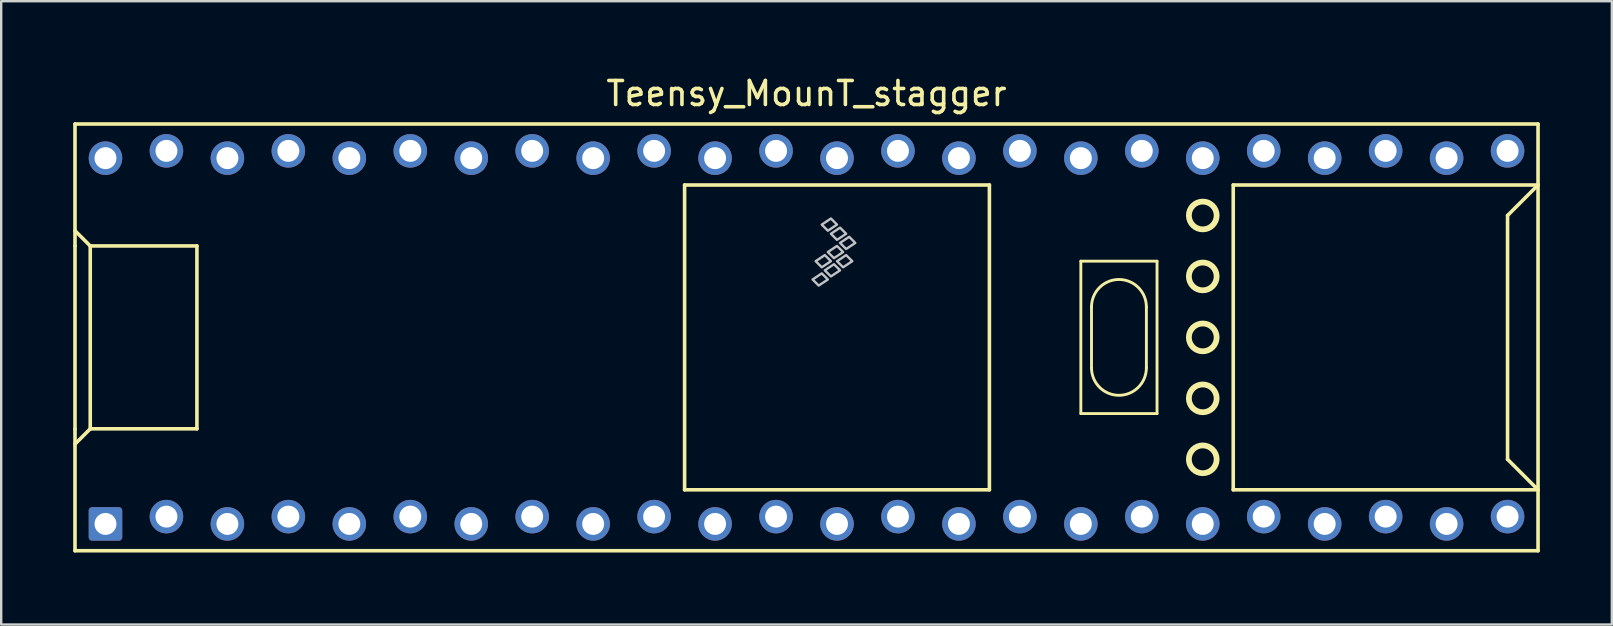
<source format=kicad_pcb>
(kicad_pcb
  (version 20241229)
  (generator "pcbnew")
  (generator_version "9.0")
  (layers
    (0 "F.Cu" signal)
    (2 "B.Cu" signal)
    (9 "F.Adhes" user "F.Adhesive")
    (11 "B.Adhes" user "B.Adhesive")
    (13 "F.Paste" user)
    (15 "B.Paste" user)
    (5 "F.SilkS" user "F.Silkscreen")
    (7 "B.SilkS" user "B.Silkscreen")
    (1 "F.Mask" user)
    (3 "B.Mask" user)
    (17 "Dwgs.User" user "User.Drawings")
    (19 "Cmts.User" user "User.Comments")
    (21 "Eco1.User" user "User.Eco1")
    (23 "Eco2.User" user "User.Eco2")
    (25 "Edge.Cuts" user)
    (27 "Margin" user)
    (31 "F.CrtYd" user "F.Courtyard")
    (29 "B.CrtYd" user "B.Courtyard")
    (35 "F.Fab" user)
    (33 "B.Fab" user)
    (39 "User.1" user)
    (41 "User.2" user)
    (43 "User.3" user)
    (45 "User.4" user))
  (footprint "Teensy_MounT_stagger"
    (layer "F.Cu")
    (at 30.555 11.008)
    (property "Reference" "Teensy_MounT_stagger" (at 0 -10.16 0) (layer "F.SilkS") (effects (font (size 1 1) (thickness 0.15))))
    (attr through_hole)
    (fp_line (start -30.48 -3.81) (end -30.48 -3.81) (stroke (width 0.15) (type solid)) (layer "F.SilkS"))
    (fp_line (start -30.48 3.81) (end -30.48 3.81) (stroke (width 0.15) (type solid)) (layer "F.SilkS"))
    (fp_line (start -30.48 8.89) (end -30.48 -8.89) (stroke (width 0.15) (type solid)) (layer "F.SilkS"))
    (fp_line (start -30.48 8.89) (end 30.48 8.89) (stroke (width 0.15) (type solid)) (layer "F.SilkS"))
    (fp_line (start -29.845 -3.81) (end -30.48 -4.445) (stroke (width 0.15) (type solid)) (layer "F.SilkS"))
    (fp_line (start -29.845 3.81) (end -30.48 4.445) (stroke (width 0.15) (type solid)) (layer "F.SilkS"))
    (fp_line (start -29.845 3.81) (end -29.845 -3.81) (stroke (width 0.15) (type solid)) (layer "F.SilkS"))
    (fp_line (start -25.4 -3.81) (end -29.845 -3.81) (stroke (width 0.15) (type solid)) (layer "F.SilkS"))
    (fp_line (start -25.4 3.81) (end -29.845 3.81) (stroke (width 0.15) (type solid)) (layer "F.SilkS"))
    (fp_line (start -25.4 3.81) (end -25.4 -3.81) (stroke (width 0.15) (type solid)) (layer "F.SilkS"))
    (fp_line (start -5.08 -6.35) (end -5.08 6.35) (stroke (width 0.15) (type solid)) (layer "F.SilkS"))
    (fp_line (start -5.08 -6.35) (end 7.62 -6.35) (stroke (width 0.15) (type solid)) (layer "F.SilkS"))
    (fp_line (start -5.08 6.35) (end 7.62 6.35) (stroke (width 0.15) (type solid)) (layer "F.SilkS"))
    (fp_line (start 7.62 6.35) (end 7.62 -6.35) (stroke (width 0.15) (type solid)) (layer "F.SilkS"))
    (fp_line (start 11.43 -3.175) (end 11.43 3.175) (stroke (width 0.12) (type solid)) (layer "F.SilkS"))
    (fp_line (start 11.43 3.175) (end 14.605 3.175) (stroke (width 0.12) (type solid)) (layer "F.SilkS"))
    (fp_line (start 11.874 -1.27) (end 11.874 1.27) (stroke (width 0.12) (type solid)) (layer "F.SilkS"))
    (fp_line (start 14.161 -1.27) (end 14.161 1.27) (stroke (width 0.12) (type solid)) (layer "F.SilkS"))
    (fp_line (start 14.605 -3.175) (end 11.43 -3.175) (stroke (width 0.12) (type solid)) (layer "F.SilkS"))
    (fp_line (start 14.605 3.175) (end 14.605 -3.175) (stroke (width 0.12) (type solid)) (layer "F.SilkS"))
    (fp_line (start 17.78 -6.35) (end 17.78 6.35) (stroke (width 0.15) (type solid)) (layer "F.SilkS"))
    (fp_line (start 17.78 6.35) (end 30.48 6.35) (stroke (width 0.15) (type solid)) (layer "F.SilkS"))
    (fp_line (start 29.21 -5.08) (end 30.48 -6.35) (stroke (width 0.15) (type solid)) (layer "F.SilkS"))
    (fp_line (start 29.21 5.08) (end 29.21 -5.08) (stroke (width 0.15) (type solid)) (layer "F.SilkS"))
    (fp_line (start 30.48 -8.89) (end -30.48 -8.89) (stroke (width 0.15) (type solid)) (layer "F.SilkS"))
    (fp_line (start 30.48 -8.89) (end 30.48 8.89) (stroke (width 0.15) (type solid)) (layer "F.SilkS"))
    (fp_line (start 30.48 -6.35) (end 17.78 -6.35) (stroke (width 0.15) (type solid)) (layer "F.SilkS"))
    (fp_line (start 30.48 6.35) (end 29.21 5.08) (stroke (width 0.15) (type solid)) (layer "F.SilkS"))
    (fp_arc (start 11.8745 -1.27) (mid 13.0175 -2.413) (end 14.1605 -1.27) (stroke (width 0.12) (type solid)) (layer "F.SilkS"))
    (fp_arc (start 14.1605 1.27) (mid 13.0175 2.413) (end 11.8745 1.27) (stroke (width 0.12) (type solid)) (layer "F.SilkS"))
    (fp_circle (center 16.51 -5.08) (end 17.089 -5.08) (stroke (width 0.241) (type solid)) (fill no) (layer "F.SilkS"))
    (fp_circle (center 16.51 -2.54) (end 17.089 -2.54) (stroke (width 0.241) (type solid)) (fill no) (layer "F.SilkS"))
    (fp_circle (center 16.51 0) (end 17.089 0) (stroke (width 0.241) (type solid)) (fill no) (layer "F.SilkS"))
    (fp_circle (center 16.51 2.54) (end 17.089 2.54) (stroke (width 0.241) (type solid)) (fill no) (layer "F.SilkS"))
    (fp_circle (center 16.51 5.08) (end 17.089 5.08) (stroke (width 0.241) (type solid)) (fill no) (layer "F.SilkS"))
    (fp_poly (pts (xy 0.635 -2.667) (xy 0.889 -2.413) (xy 0.508 -2.159) (xy 0.254 -2.413)) (stroke (width 0.1) (type solid)) (fill no) (layer "Dwgs.User"))
    (fp_poly (pts (xy 0.762 -3.429) (xy 1.016 -3.175) (xy 0.635 -2.921) (xy 0.381 -3.175)) (stroke (width 0.1) (type solid)) (fill no) (layer "Dwgs.User"))
    (fp_poly (pts (xy 1.016 -4.953) (xy 1.27 -4.699) (xy 0.889 -4.445) (xy 0.635 -4.699)) (stroke (width 0.1) (type solid)) (fill no) (layer "Dwgs.User"))
    (fp_poly (pts (xy 1.143 -3.048) (xy 1.397 -2.794) (xy 1.016 -2.54) (xy 0.762 -2.794)) (stroke (width 0.1) (type solid)) (fill no) (layer "Dwgs.User"))
    (fp_poly (pts (xy 1.27 -3.81) (xy 1.524 -3.556) (xy 1.143 -3.302) (xy 0.889 -3.556)) (stroke (width 0.1) (type solid)) (fill no) (layer "Dwgs.User"))
    (fp_poly (pts (xy 1.397 -4.572) (xy 1.651 -4.318) (xy 1.27 -4.064) (xy 1.016 -4.318)) (stroke (width 0.1) (type solid)) (fill no) (layer "Dwgs.User"))
    (fp_poly (pts (xy 1.651 -3.429) (xy 1.905 -3.175) (xy 1.524 -2.921) (xy 1.27 -3.175)) (stroke (width 0.1) (type solid)) (fill no) (layer "Dwgs.User"))
    (fp_poly (pts (xy 1.778 -4.191) (xy 2.032 -3.937) (xy 1.651 -3.683) (xy 1.397 -3.937)) (stroke (width 0.1) (type solid)) (fill no) (layer "Dwgs.User"))
    (pad "1" thru_hole roundrect (at -29.21 7.772) (size 1.397 1.397) (drill 0.914) (layers "*.Cu" "*.Mask") (roundrect_rratio 0.1))
    (pad "2" thru_hole circle (at -26.67 7.468) (size 1.397 1.397) (drill 0.914) (layers "*.Cu" "*.Mask"))
    (pad "3" thru_hole circle (at -24.13 7.772) (size 1.397 1.397) (drill 0.914) (layers "*.Cu" "*.Mask"))
    (pad "4" thru_hole circle (at -21.59 7.468) (size 1.397 1.397) (drill 0.914) (layers "*.Cu" "*.Mask"))
    (pad "5" thru_hole circle (at -19.05 7.772) (size 1.397 1.397) (drill 0.914) (layers "*.Cu" "*.Mask"))
    (pad "6" thru_hole circle (at -16.51 7.468) (size 1.397 1.397) (drill 0.914) (layers "*.Cu" "*.Mask"))
    (pad "7" thru_hole circle (at -13.97 7.772) (size 1.397 1.397) (drill 0.914) (layers "*.Cu" "*.Mask"))
    (pad "8" thru_hole circle (at -11.43 7.468) (size 1.397 1.397) (drill 0.914) (layers "*.Cu" "*.Mask"))
    (pad "9" thru_hole circle (at -8.89 7.772) (size 1.397 1.397) (drill 0.914) (layers "*.Cu" "*.Mask"))
    (pad "10" thru_hole circle (at -6.35 7.468) (size 1.397 1.397) (drill 0.914) (layers "*.Cu" "*.Mask"))
    (pad "11" thru_hole circle (at -3.81 7.772) (size 1.397 1.397) (drill 0.914) (layers "*.Cu" "*.Mask"))
    (pad "12" thru_hole circle (at -1.27 7.468) (size 1.397 1.397) (drill 0.914) (layers "*.Cu" "*.Mask"))
    (pad "13" thru_hole circle (at 1.27 7.772) (size 1.397 1.397) (drill 0.914) (layers "*.Cu" "*.Mask"))
    (pad "14" thru_hole circle (at 3.81 7.468) (size 1.397 1.397) (drill 0.914) (layers "*.Cu" "*.Mask"))
    (pad "15" thru_hole circle (at 6.35 7.772) (size 1.397 1.397) (drill 0.914) (layers "*.Cu" "*.Mask"))
    (pad "16" thru_hole circle (at 8.89 7.468) (size 1.397 1.397) (drill 0.914) (layers "*.Cu" "*.Mask"))
    (pad "17" thru_hole circle (at 11.43 7.772) (size 1.397 1.397) (drill 0.914) (layers "*.Cu" "*.Mask"))
    (pad "18" thru_hole circle (at 13.97 7.468) (size 1.397 1.397) (drill 0.914) (layers "*.Cu" "*.Mask"))
    (pad "19" thru_hole circle (at 16.51 7.772) (size 1.397 1.397) (drill 0.914) (layers "*.Cu" "*.Mask"))
    (pad "20" thru_hole circle (at 19.05 7.468) (size 1.397 1.397) (drill 0.914) (layers "*.Cu" "*.Mask"))
    (pad "21" thru_hole circle (at 21.59 7.772) (size 1.397 1.397) (drill 0.914) (layers "*.Cu" "*.Mask"))
    (pad "22" thru_hole circle (at 24.13 7.468) (size 1.397 1.397) (drill 0.914) (layers "*.Cu" "*.Mask"))
    (pad "23" thru_hole circle (at 26.67 7.772) (size 1.397 1.397) (drill 0.914) (layers "*.Cu" "*.Mask"))
    (pad "24" thru_hole circle (at 29.21 7.468) (size 1.397 1.397) (drill 0.914) (layers "*.Cu" "*.Mask"))
    (pad "30" thru_hole circle (at 29.21 -7.772) (size 1.397 1.397) (drill 0.914) (layers "*.Cu" "*.Mask"))
    (pad "31" thru_hole circle (at 26.67 -7.468) (size 1.397 1.397) (drill 0.914) (layers "*.Cu" "*.Mask"))
    (pad "32" thru_hole circle (at 24.13 -7.772) (size 1.397 1.397) (drill 0.914) (layers "*.Cu" "*.Mask"))
    (pad "33" thru_hole circle (at 21.59 -7.468) (size 1.397 1.397) (drill 0.914) (layers "*.Cu" "*.Mask"))
    (pad "34" thru_hole circle (at 19.05 -7.772) (size 1.397 1.397) (drill 0.914) (layers "*.Cu" "*.Mask"))
    (pad "35" thru_hole circle (at 16.51 -7.468) (size 1.397 1.397) (drill 0.914) (layers "*.Cu" "*.Mask"))
    (pad "36" thru_hole circle (at 13.97 -7.772) (size 1.397 1.397) (drill 0.914) (layers "*.Cu" "*.Mask"))
    (pad "37" thru_hole circle (at 11.43 -7.468) (size 1.397 1.397) (drill 0.914) (layers "*.Cu" "*.Mask"))
    (pad "38" thru_hole circle (at 8.89 -7.772) (size 1.397 1.397) (drill 0.914) (layers "*.Cu" "*.Mask"))
    (pad "39" thru_hole circle (at 6.35 -7.468) (size 1.397 1.397) (drill 0.914) (layers "*.Cu" "*.Mask"))
    (pad "40" thru_hole circle (at 3.81 -7.772) (size 1.397 1.397) (drill 0.914) (layers "*.Cu" "*.Mask"))
    (pad "41" thru_hole circle (at 1.27 -7.468) (size 1.397 1.397) (drill 0.914) (layers "*.Cu" "*.Mask"))
    (pad "42" thru_hole circle (at -1.27 -7.772) (size 1.397 1.397) (drill 0.914) (layers "*.Cu" "*.Mask"))
    (pad "43" thru_hole circle (at -3.81 -7.468) (size 1.397 1.397) (drill 0.914) (layers "*.Cu" "*.Mask"))
    (pad "44" thru_hole circle (at -6.35 -7.772) (size 1.397 1.397) (drill 0.914) (layers "*.Cu" "*.Mask"))
    (pad "45" thru_hole circle (at -8.89 -7.468) (size 1.397 1.397) (drill 0.914) (layers "*.Cu" "*.Mask"))
    (pad "46" thru_hole circle (at -11.43 -7.772) (size 1.397 1.397) (drill 0.914) (layers "*.Cu" "*.Mask"))
    (pad "47" thru_hole circle (at -13.97 -7.468) (size 1.397 1.397) (drill 0.914) (layers "*.Cu" "*.Mask"))
    (pad "48" thru_hole circle (at -16.51 -7.772) (size 1.397 1.397) (drill 0.914) (layers "*.Cu" "*.Mask"))
    (pad "49" thru_hole circle (at -19.05 -7.468) (size 1.397 1.397) (drill 0.914) (layers "*.Cu" "*.Mask"))
    (pad "50" thru_hole circle (at -21.59 -7.772) (size 1.397 1.397) (drill 0.914) (layers "*.Cu" "*.Mask"))
    (pad "51" thru_hole circle (at -24.13 -7.468) (size 1.397 1.397) (drill 0.914) (layers "*.Cu" "*.Mask"))
    (pad "52" thru_hole circle (at -26.67 -7.772) (size 1.397 1.397) (drill 0.914) (layers "*.Cu" "*.Mask"))
    (pad "53" thru_hole circle (at -29.21 -7.468) (size 1.397 1.397) (drill 0.914) (layers "*.Cu" "*.Mask")))
  (gr_rect
    (start -3 -3)
    (end 64.11 22.973)
    (stroke (width 0.1) (type default))
    (fill no)
    (layer "Edge.Cuts")))
</source>
